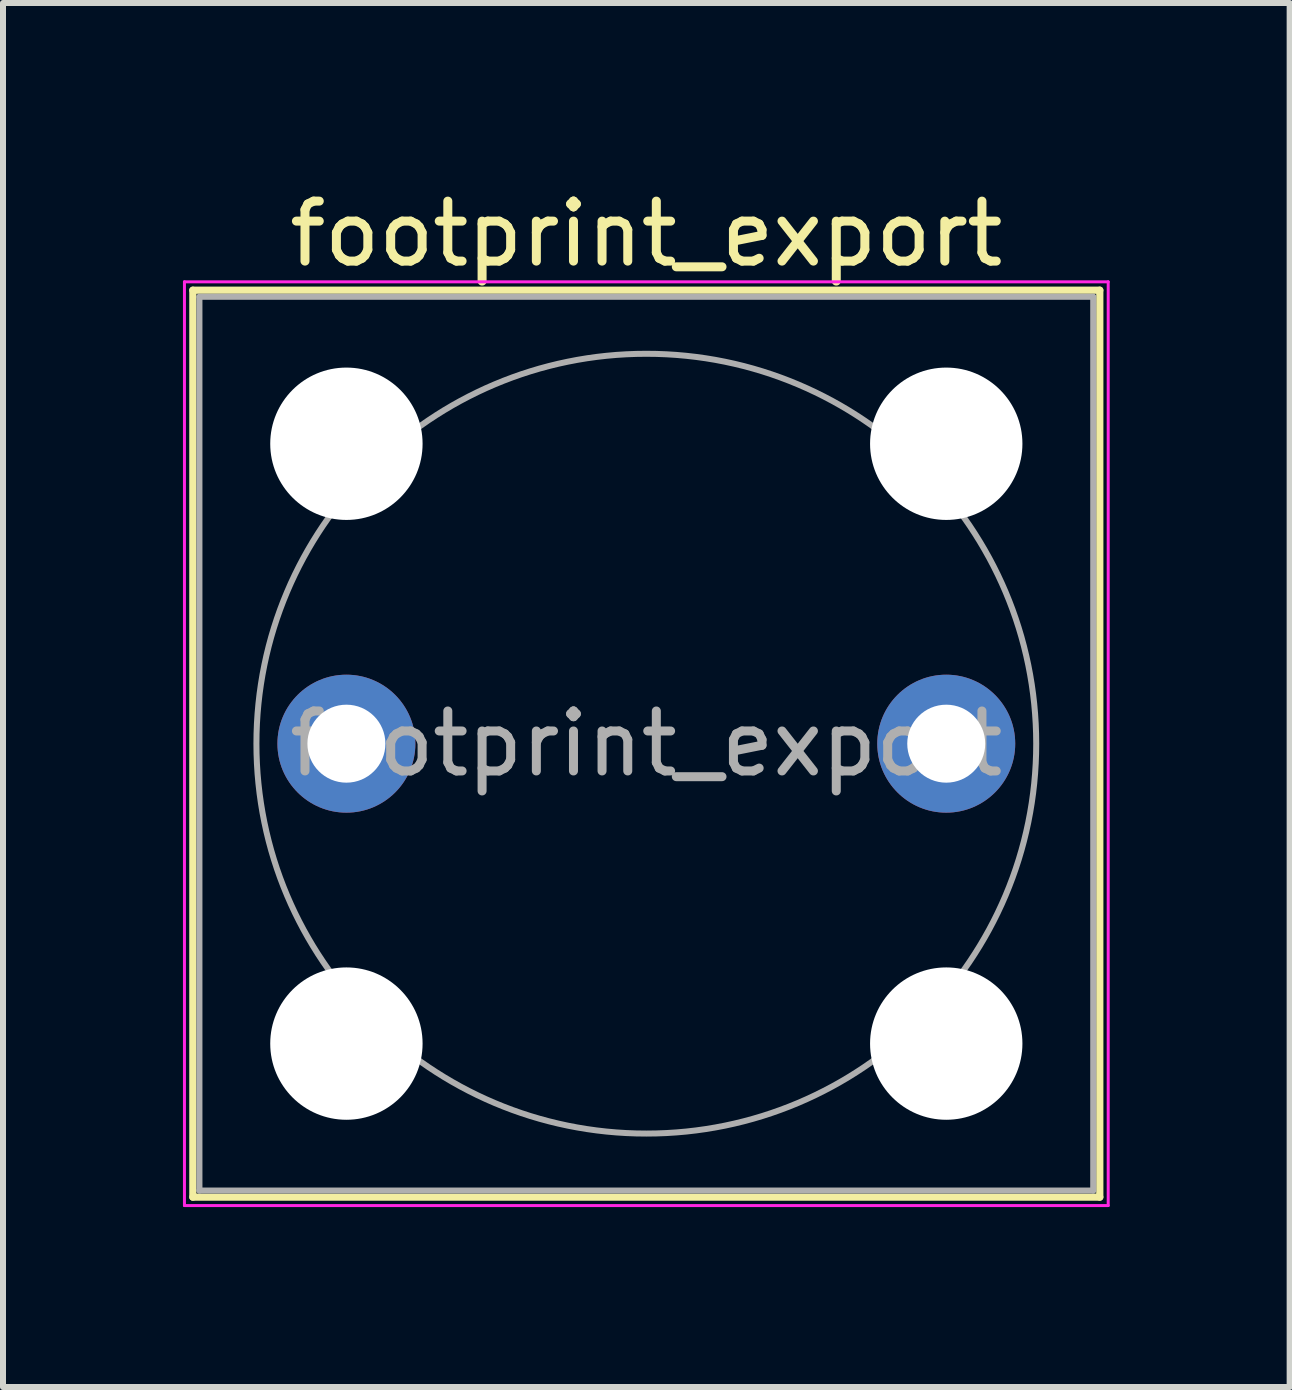
<source format=kicad_pcb>
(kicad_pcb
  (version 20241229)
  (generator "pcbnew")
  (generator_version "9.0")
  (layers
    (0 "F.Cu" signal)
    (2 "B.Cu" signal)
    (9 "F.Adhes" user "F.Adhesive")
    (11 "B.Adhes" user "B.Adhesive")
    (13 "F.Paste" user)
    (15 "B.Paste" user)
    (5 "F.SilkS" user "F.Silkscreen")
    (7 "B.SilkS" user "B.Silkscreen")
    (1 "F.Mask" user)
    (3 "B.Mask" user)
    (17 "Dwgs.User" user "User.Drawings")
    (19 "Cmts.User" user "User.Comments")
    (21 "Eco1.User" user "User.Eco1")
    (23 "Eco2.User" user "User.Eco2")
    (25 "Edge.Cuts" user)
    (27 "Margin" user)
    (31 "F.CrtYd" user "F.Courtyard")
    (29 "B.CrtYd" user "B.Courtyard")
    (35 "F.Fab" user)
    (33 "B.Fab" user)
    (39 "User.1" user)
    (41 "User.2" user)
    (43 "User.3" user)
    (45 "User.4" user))
  (footprint "footprint_export"
    (layer "F.Cu")
    (at 2.725 9.348)
    (property "Reference" "footprint_export" (at 5 -8.5 0) (layer "F.SilkS") (effects (font (size 1 1) (thickness 0.15))))
    (attr through_hole)
    (fp_line (start -2.56 -7.56) (end 12.56 -7.56) (stroke (width 0.12) (type solid)) (layer "F.SilkS"))
    (fp_line (start -2.56 7.56) (end -2.56 -7.56) (stroke (width 0.12) (type solid)) (layer "F.SilkS"))
    (fp_line (start 12.56 -7.56) (end 12.56 7.56) (stroke (width 0.12) (type solid)) (layer "F.SilkS"))
    (fp_line (start 12.56 7.56) (end -2.56 7.56) (stroke (width 0.12) (type solid)) (layer "F.SilkS"))
    (fp_line (start -2.7 -7.7) (end 12.7 -7.7) (stroke (width 0.05) (type solid)) (layer "F.CrtYd"))
    (fp_line (start -2.7 7.7) (end -2.7 -7.7) (stroke (width 0.05) (type solid)) (layer "F.CrtYd"))
    (fp_line (start 12.7 -7.7) (end 12.7 7.7) (stroke (width 0.05) (type solid)) (layer "F.CrtYd"))
    (fp_line (start 12.7 7.7) (end -2.7 7.7) (stroke (width 0.05) (type solid)) (layer "F.CrtYd"))
    (fp_line (start -2.45 -7.45) (end 12.45 -7.45) (stroke (width 0.1) (type solid)) (layer "F.Fab"))
    (fp_line (start -2.45 7.45) (end -2.45 -7.45) (stroke (width 0.1) (type solid)) (layer "F.Fab"))
    (fp_line (start 12.45 -7.45) (end 12.45 7.45) (stroke (width 0.1) (type solid)) (layer "F.Fab"))
    (fp_line (start 12.45 7.45) (end -2.45 7.45) (stroke (width 0.1) (type solid)) (layer "F.Fab"))
    (fp_circle (center 5 0) (end 11.5 0) (stroke (width 0.1) (type solid)) (fill no) (layer "F.Fab"))
    (fp_text user "${REFERENCE}" (at 5 0 0) (layer "F.Fab") (effects (font (size 1 1) (thickness 0.15))))
    (pad "" np_thru_hole circle (at 0 -5) (size 2.54 2.54) (drill 2.54) (layers "*.Cu" "*.Mask"))
    (pad "" np_thru_hole circle (at 0 5) (size 2.54 2.54) (drill 2.54) (layers "*.Cu" "*.Mask"))
    (pad "" np_thru_hole circle (at 10 -5) (size 2.54 2.54) (drill 2.54) (layers "*.Cu" "*.Mask"))
    (pad "" np_thru_hole circle (at 10 5) (size 2.54 2.54) (drill 2.54) (layers "*.Cu" "*.Mask"))
    (pad "1" thru_hole circle (at 0 0) (size 2.3 2.3) (drill 1.3) (layers "*.Cu" "*.Mask"))
    (pad "2" thru_hole circle (at 10 0) (size 2.3 2.3) (drill 1.3) (layers "*.Cu" "*.Mask")))
  (gr_rect
    (start -3 -3)
    (end 18.45 20.073)
    (stroke (width 0.1) (type default))
    (fill no)
    (layer "Edge.Cuts")))
</source>
